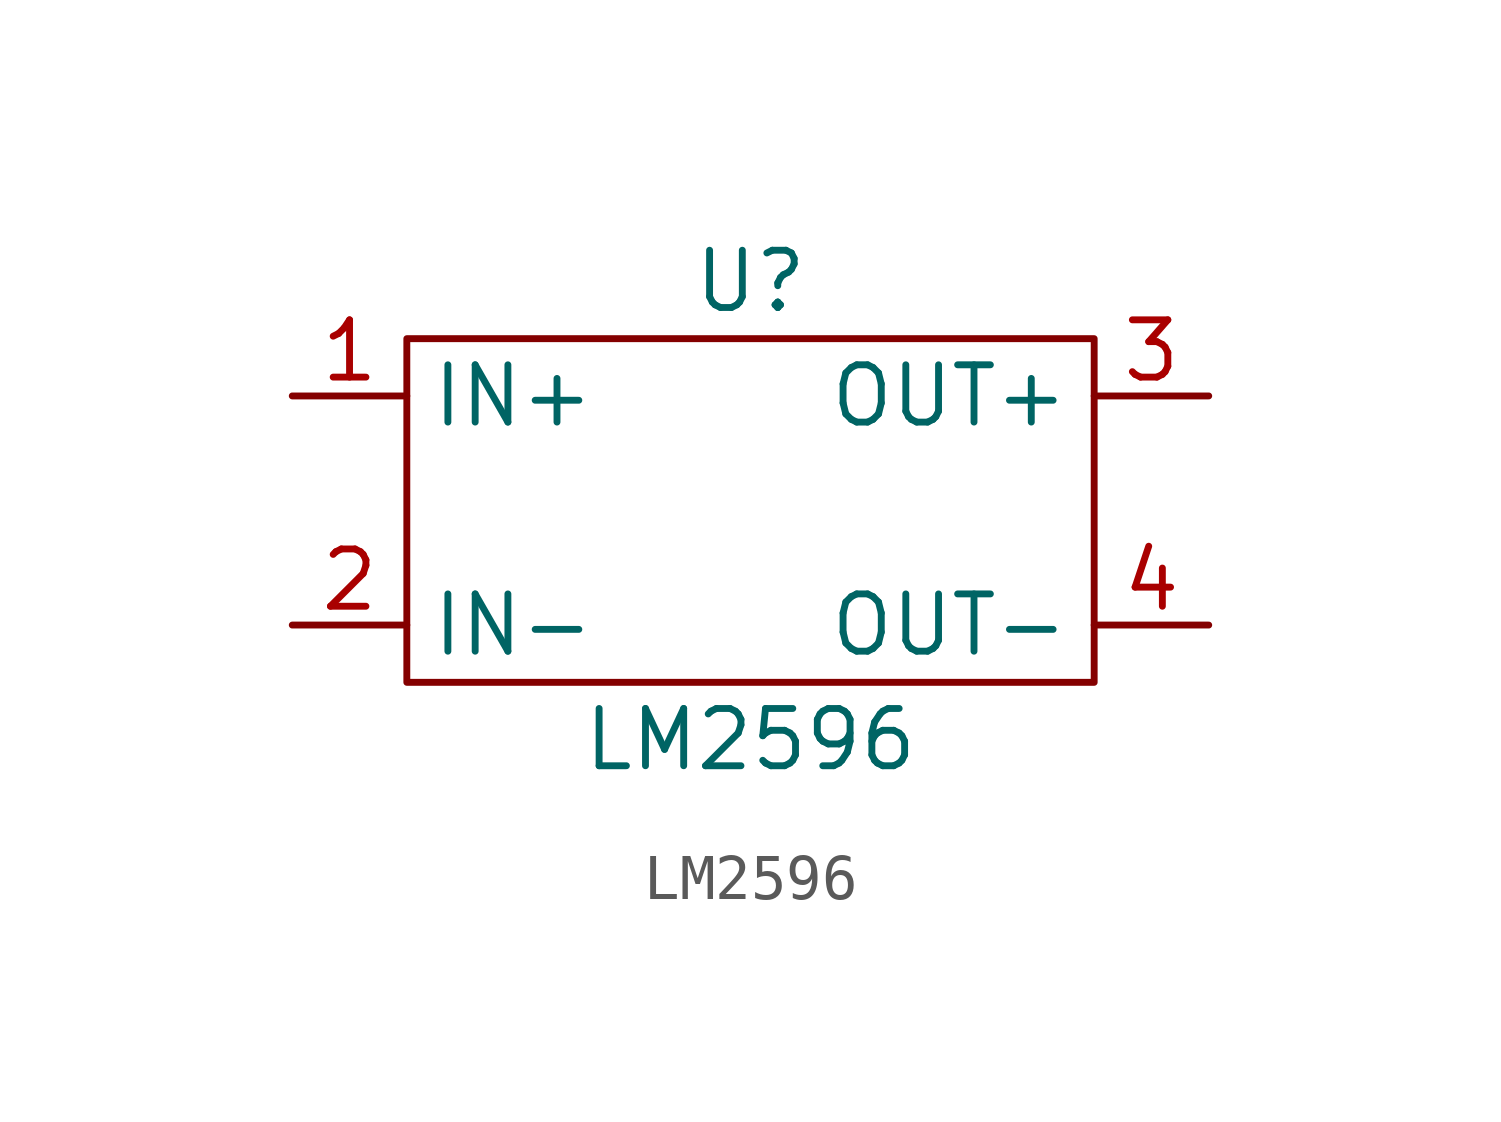
<source format=kicad_sym>
(kicad_symbol_lib
  (version 20211014)
  (generator kicad_symbol_editor)
  (symbol "LM2596"
    (property "Reference" "U"
      (at 0 2.54 0)
      (effects (font (size 1.27 1.27))))
    (property "Value" "LM2596"
      (at 0 -7.62 0)
      (effects (font (size 1.27 1.27))))
    (symbol "LM2596_0_1"
      (rectangle (start -7.62 1.27) (end 7.62 -6.35) (stroke (width 0) (type default) (color 0 0 0 0)) (fill (type none))))
    (symbol "LM2596_1_1"
      (pin input line (at -10.16 0 0) (length 2.54) (name "IN+" (effects (font (size 1.27 1.27)))) (number "1" (effects (font (size 1.27 1.27)))))
      (pin input line (at -10.16 -5.08 0) (length 2.54) (name "IN-" (effects (font (size 1.27 1.27)))) (number "2" (effects (font (size 1.27 1.27)))))
      (pin output line (at 10.16 0 180) (length 2.54) (name "OUT+" (effects (font (size 1.27 1.27)))) (number "3" (effects (font (size 1.27 1.27)))))
      (pin output line (at 10.16 -5.08 180) (length 2.54) (name "OUT-" (effects (font (size 1.27 1.27)))) (number "4" (effects (font (size 1.27 1.27))))))))
</source>
